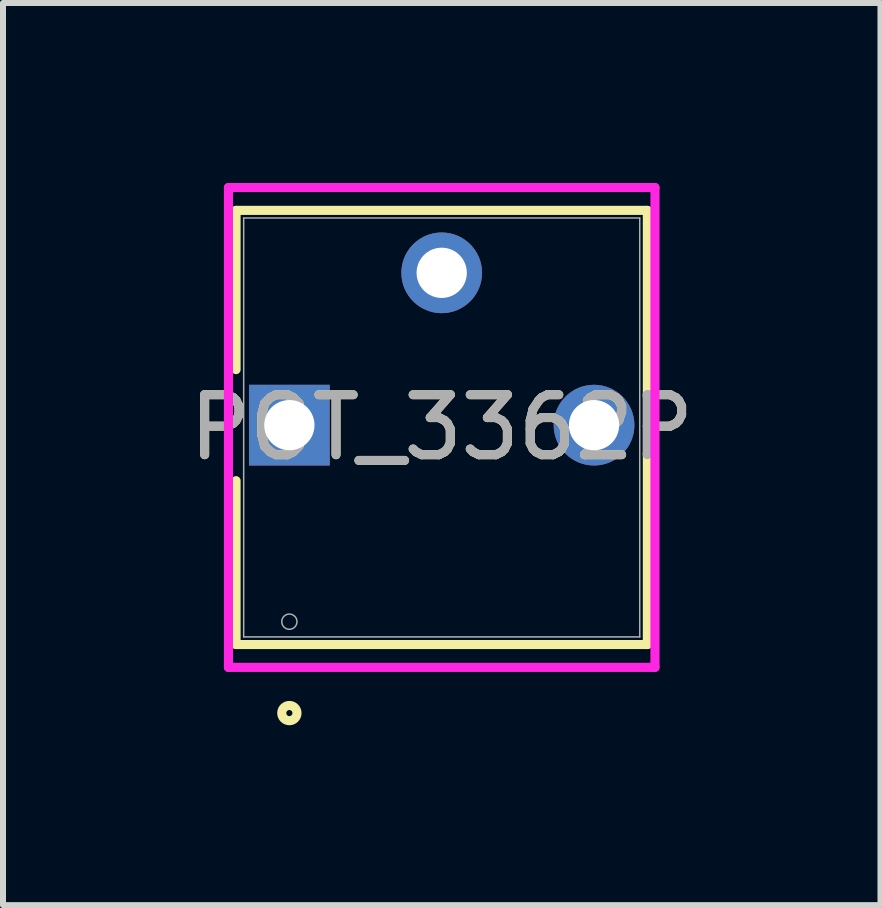
<source format=kicad_pcb>
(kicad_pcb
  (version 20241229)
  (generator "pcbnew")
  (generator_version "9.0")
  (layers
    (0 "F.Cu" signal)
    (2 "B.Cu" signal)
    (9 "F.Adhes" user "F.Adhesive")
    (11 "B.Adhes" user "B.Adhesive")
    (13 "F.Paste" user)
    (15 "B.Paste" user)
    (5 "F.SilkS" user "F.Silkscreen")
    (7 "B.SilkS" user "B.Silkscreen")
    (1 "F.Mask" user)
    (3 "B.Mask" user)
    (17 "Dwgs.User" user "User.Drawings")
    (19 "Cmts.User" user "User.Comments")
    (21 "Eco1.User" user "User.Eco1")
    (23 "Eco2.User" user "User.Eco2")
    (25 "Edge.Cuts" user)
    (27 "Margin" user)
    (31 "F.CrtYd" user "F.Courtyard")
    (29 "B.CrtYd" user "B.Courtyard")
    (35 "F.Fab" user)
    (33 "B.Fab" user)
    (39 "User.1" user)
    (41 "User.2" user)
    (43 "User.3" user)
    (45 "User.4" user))
  (footprint "POT_3362P"
    (layer "F.Cu")
    (at 1.775 4.039)
    (property "Reference" "POT_3362P" (at 2.54 0.038 0) (unlocked yes) (layer "F.SilkS") (effects (font (size 1 1) (thickness 0.15))))
    (attr through_hole)
    (fp_line (start -0.889 -3.581) (end -0.889 -0.926) (stroke (width 0.152) (type solid)) (layer "F.SilkS"))
    (fp_line (start -0.889 0.926) (end -0.889 3.658) (stroke (width 0.152) (type solid)) (layer "F.SilkS"))
    (fp_line (start -0.889 3.658) (end 5.969 3.658) (stroke (width 0.152) (type solid)) (layer "F.SilkS"))
    (fp_line (start 5.969 -3.581) (end -0.889 -3.581) (stroke (width 0.152) (type solid)) (layer "F.SilkS"))
    (fp_line (start 5.969 -0.471) (end 5.969 -3.581) (stroke (width 0.152) (type solid)) (layer "F.SilkS"))
    (fp_line (start 5.969 3.658) (end 5.969 0.471) (stroke (width 0.152) (type solid)) (layer "F.SilkS"))
    (fp_circle (center 0 4.801) (end 0.127 4.801) (stroke (width 0.152) (type solid)) (fill no) (layer "F.SilkS"))
    (fp_line (start -1.016 -3.962) (end 6.096 -3.962) (stroke (width 0.152) (type solid)) (layer "F.CrtYd"))
    (fp_line (start -1.016 4.039) (end -1.016 -3.962) (stroke (width 0.152) (type solid)) (layer "F.CrtYd"))
    (fp_line (start 6.096 -3.962) (end 6.096 4.039) (stroke (width 0.152) (type solid)) (layer "F.CrtYd"))
    (fp_line (start 6.096 4.039) (end -1.016 4.039) (stroke (width 0.152) (type solid)) (layer "F.CrtYd"))
    (fp_line (start -0.762 -3.454) (end -0.762 3.531) (stroke (width 0.025) (type solid)) (layer "F.Fab"))
    (fp_line (start -0.762 3.531) (end 5.842 3.531) (stroke (width 0.025) (type solid)) (layer "F.Fab"))
    (fp_line (start 5.842 -3.454) (end -0.762 -3.454) (stroke (width 0.025) (type solid)) (layer "F.Fab"))
    (fp_line (start 5.842 3.531) (end 5.842 -3.454) (stroke (width 0.025) (type solid)) (layer "F.Fab"))
    (fp_circle (center 0 3.277) (end 0.127 3.277) (stroke (width 0.025) (type solid)) (fill no) (layer "F.Fab"))
    (fp_text user "${REFERENCE}" (at 2.54 0.038 0) (unlocked yes) (layer "F.Fab") (effects (font (size 1 1) (thickness 0.15))))
    (pad "1" thru_hole rect (at 0 0) (size 1.346 1.346) (drill 0.838) (layers "*.Cu" "*.Mask"))
    (pad "2" thru_hole circle (at 2.54 -2.54) (size 1.346 1.346) (drill 0.838) (layers "*.Cu" "*.Mask"))
    (pad "3" thru_hole circle (at 5.08 0) (size 1.346 1.346) (drill 0.838) (layers "*.Cu" "*.Mask")))
  (gr_rect
    (start -3 -3)
    (end 11.631 12.042)
    (stroke (width 0.1) (type default))
    (fill no)
    (layer "Edge.Cuts")))
</source>
